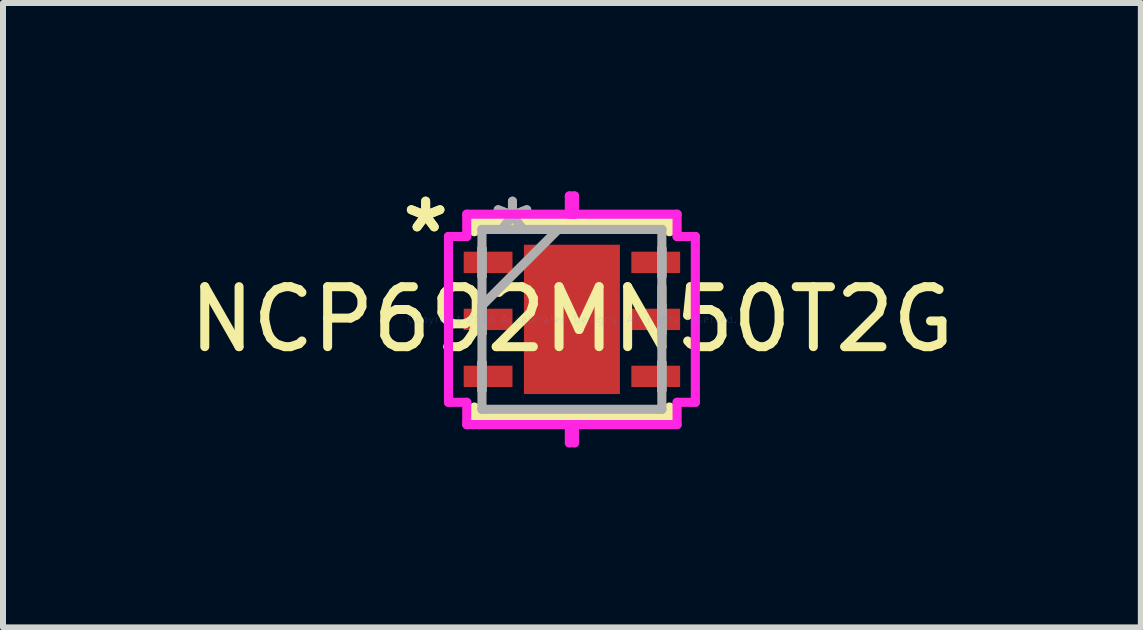
<source format=kicad_pcb>
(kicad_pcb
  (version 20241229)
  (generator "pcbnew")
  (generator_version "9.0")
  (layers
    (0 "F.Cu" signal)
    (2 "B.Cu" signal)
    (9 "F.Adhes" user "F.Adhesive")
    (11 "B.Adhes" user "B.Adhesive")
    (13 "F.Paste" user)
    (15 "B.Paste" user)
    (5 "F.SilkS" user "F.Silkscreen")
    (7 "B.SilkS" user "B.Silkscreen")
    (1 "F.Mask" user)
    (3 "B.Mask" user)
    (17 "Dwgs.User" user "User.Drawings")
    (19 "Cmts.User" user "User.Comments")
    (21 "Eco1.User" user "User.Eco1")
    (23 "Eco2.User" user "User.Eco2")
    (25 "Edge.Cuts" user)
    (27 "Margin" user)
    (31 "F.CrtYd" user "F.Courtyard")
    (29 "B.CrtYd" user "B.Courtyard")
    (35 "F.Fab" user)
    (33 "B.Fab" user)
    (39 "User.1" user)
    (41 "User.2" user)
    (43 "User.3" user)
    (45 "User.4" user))
  (footprint "NCP692MN50T2G"
    (layer "F.Cu")
    (at 6.482 2.273)
    (property "Reference" "NCP692MN50T2G" (at 0 0 0) (layer "F.SilkS") (effects (font (size 1 1) (thickness 0.15))))
    (attr through_hole)
    (fp_line (start -1.626 -1.626) (end -1.626 -1.461) (stroke (width 0.152) (type solid)) (layer "F.SilkS"))
    (fp_line (start -1.626 1.461) (end -1.626 1.626) (stroke (width 0.152) (type solid)) (layer "F.SilkS"))
    (fp_line (start -1.626 1.626) (end 1.626 1.626) (stroke (width 0.152) (type solid)) (layer "F.SilkS"))
    (fp_line (start 1.626 -1.626) (end -1.626 -1.626) (stroke (width 0.152) (type solid)) (layer "F.SilkS"))
    (fp_line (start 1.626 -1.461) (end 1.626 -1.626) (stroke (width 0.152) (type solid)) (layer "F.SilkS"))
    (fp_line (start 1.626 1.626) (end 1.626 1.461) (stroke (width 0.152) (type solid)) (layer "F.SilkS"))
    (fp_line (start -2.057 -1.382) (end -1.753 -1.382) (stroke (width 0.152) (type solid)) (layer "F.CrtYd"))
    (fp_line (start -2.057 1.382) (end -2.057 -1.382) (stroke (width 0.152) (type solid)) (layer "F.CrtYd"))
    (fp_line (start -1.753 -1.753) (end 0.043 -1.753) (stroke (width 0.152) (type solid)) (layer "F.CrtYd"))
    (fp_line (start -1.753 -1.382) (end -1.753 -1.753) (stroke (width 0.152) (type solid)) (layer "F.CrtYd"))
    (fp_line (start -1.753 1.382) (end -2.057 1.382) (stroke (width 0.152) (type solid)) (layer "F.CrtYd"))
    (fp_line (start -1.753 1.753) (end -1.753 1.382) (stroke (width 0.152) (type solid)) (layer "F.CrtYd"))
    (fp_line (start -0.043 -2.057) (end -0.043 -1.753) (stroke (width 0.152) (type solid)) (layer "F.CrtYd"))
    (fp_line (start -0.043 -1.753) (end 1.753 -1.753) (stroke (width 0.152) (type solid)) (layer "F.CrtYd"))
    (fp_line (start -0.043 1.753) (end -0.043 2.057) (stroke (width 0.152) (type solid)) (layer "F.CrtYd"))
    (fp_line (start -0.043 2.057) (end 0.043 2.057) (stroke (width 0.152) (type solid)) (layer "F.CrtYd"))
    (fp_line (start 0.043 -2.057) (end -0.043 -2.057) (stroke (width 0.152) (type solid)) (layer "F.CrtYd"))
    (fp_line (start 0.043 -1.753) (end 0.043 -2.057) (stroke (width 0.152) (type solid)) (layer "F.CrtYd"))
    (fp_line (start 0.043 1.753) (end -1.753 1.753) (stroke (width 0.152) (type solid)) (layer "F.CrtYd"))
    (fp_line (start 0.043 2.057) (end 0.043 1.753) (stroke (width 0.152) (type solid)) (layer "F.CrtYd"))
    (fp_line (start 1.753 -1.753) (end 1.753 -1.382) (stroke (width 0.152) (type solid)) (layer "F.CrtYd"))
    (fp_line (start 1.753 -1.382) (end 2.057 -1.382) (stroke (width 0.152) (type solid)) (layer "F.CrtYd"))
    (fp_line (start 1.753 1.382) (end 1.753 1.753) (stroke (width 0.152) (type solid)) (layer "F.CrtYd"))
    (fp_line (start 1.753 1.753) (end -0.043 1.753) (stroke (width 0.152) (type solid)) (layer "F.CrtYd"))
    (fp_line (start 2.057 -1.382) (end 2.057 1.382) (stroke (width 0.152) (type solid)) (layer "F.CrtYd"))
    (fp_line (start 2.057 1.382) (end 1.753 1.382) (stroke (width 0.152) (type solid)) (layer "F.CrtYd"))
    (fp_line (start -1.499 -1.499) (end -1.499 -1.499) (stroke (width 0.152) (type solid)) (layer "F.Fab"))
    (fp_line (start -1.499 -1.499) (end -1.499 1.499) (stroke (width 0.152) (type solid)) (layer "F.Fab"))
    (fp_line (start -1.499 -1.179) (end -1.499 -1.179) (stroke (width 0.152) (type solid)) (layer "F.Fab"))
    (fp_line (start -1.499 -1.179) (end -1.499 -0.721) (stroke (width 0.152) (type solid)) (layer "F.Fab"))
    (fp_line (start -1.499 -0.721) (end -1.499 -1.179) (stroke (width 0.152) (type solid)) (layer "F.Fab"))
    (fp_line (start -1.499 -0.721) (end -1.499 -0.721) (stroke (width 0.152) (type solid)) (layer "F.Fab"))
    (fp_line (start -1.499 -0.229) (end -1.499 -0.229) (stroke (width 0.152) (type solid)) (layer "F.Fab"))
    (fp_line (start -1.499 -0.229) (end -1.499 0.229) (stroke (width 0.152) (type solid)) (layer "F.Fab"))
    (fp_line (start -1.499 -0.229) (end -0.229 -1.499) (stroke (width 0.152) (type solid)) (layer "F.Fab"))
    (fp_line (start -1.499 0.229) (end -1.499 -0.229) (stroke (width 0.152) (type solid)) (layer "F.Fab"))
    (fp_line (start -1.499 0.229) (end -1.499 0.229) (stroke (width 0.152) (type solid)) (layer "F.Fab"))
    (fp_line (start -1.499 0.721) (end -1.499 0.721) (stroke (width 0.152) (type solid)) (layer "F.Fab"))
    (fp_line (start -1.499 0.721) (end -1.499 1.179) (stroke (width 0.152) (type solid)) (layer "F.Fab"))
    (fp_line (start -1.499 1.179) (end -1.499 0.721) (stroke (width 0.152) (type solid)) (layer "F.Fab"))
    (fp_line (start -1.499 1.179) (end -1.499 1.179) (stroke (width 0.152) (type solid)) (layer "F.Fab"))
    (fp_line (start -1.499 1.499) (end -1.499 1.499) (stroke (width 0.152) (type solid)) (layer "F.Fab"))
    (fp_line (start -1.499 1.499) (end 1.499 1.499) (stroke (width 0.152) (type solid)) (layer "F.Fab"))
    (fp_line (start 1.499 -1.499) (end -1.499 -1.499) (stroke (width 0.152) (type solid)) (layer "F.Fab"))
    (fp_line (start 1.499 -1.499) (end 1.499 -1.499) (stroke (width 0.152) (type solid)) (layer "F.Fab"))
    (fp_line (start 1.499 -1.179) (end 1.499 -1.179) (stroke (width 0.152) (type solid)) (layer "F.Fab"))
    (fp_line (start 1.499 -1.179) (end 1.499 -0.721) (stroke (width 0.152) (type solid)) (layer "F.Fab"))
    (fp_line (start 1.499 -0.721) (end 1.499 -1.179) (stroke (width 0.152) (type solid)) (layer "F.Fab"))
    (fp_line (start 1.499 -0.721) (end 1.499 -0.721) (stroke (width 0.152) (type solid)) (layer "F.Fab"))
    (fp_line (start 1.499 -0.229) (end 1.499 -0.229) (stroke (width 0.152) (type solid)) (layer "F.Fab"))
    (fp_line (start 1.499 -0.229) (end 1.499 0.229) (stroke (width 0.152) (type solid)) (layer "F.Fab"))
    (fp_line (start 1.499 0.229) (end 1.499 -0.229) (stroke (width 0.152) (type solid)) (layer "F.Fab"))
    (fp_line (start 1.499 0.229) (end 1.499 0.229) (stroke (width 0.152) (type solid)) (layer "F.Fab"))
    (fp_line (start 1.499 0.721) (end 1.499 0.721) (stroke (width 0.152) (type solid)) (layer "F.Fab"))
    (fp_line (start 1.499 0.721) (end 1.499 1.179) (stroke (width 0.152) (type solid)) (layer "F.Fab"))
    (fp_line (start 1.499 1.179) (end 1.499 0.721) (stroke (width 0.152) (type solid)) (layer "F.Fab"))
    (fp_line (start 1.499 1.179) (end 1.499 1.179) (stroke (width 0.152) (type solid)) (layer "F.Fab"))
    (fp_line (start 1.499 1.499) (end 1.499 -1.499) (stroke (width 0.152) (type solid)) (layer "F.Fab"))
    (fp_line (start 1.499 1.499) (end 1.499 1.499) (stroke (width 0.152) (type solid)) (layer "F.Fab"))
    (fp_text user "*" (at -2.438 -1.425 0) (layer "F.SilkS") (effects (font (size 1 1) (thickness 0.15))))
    (fp_text user "*" (at -2.438 -1.425 0) (layer "F.SilkS") (effects (font (size 1 1) (thickness 0.15))))
    (fp_text user "Copyright 2016 Accelerated Designs. All rights reserved." (at 0 0 0) (layer "Cmts.User") (effects (font (size 0.127 0.127) (thickness 0.002))))
    (fp_text user "*" (at -0.991 -1.425 0) (layer "F.Fab") (effects (font (size 1 1) (thickness 0.15))))
    (fp_text user "*" (at -0.991 -1.425 0) (layer "F.Fab") (effects (font (size 1 1) (thickness 0.15))))
    (pad "1" smd rect (at -1.397 -0.95 90) (size 0.356 0.813) (layers "F.Cu" "F.Mask" "F.Paste"))
    (pad "2" smd rect (at -1.397 0 90) (size 0.356 0.813) (layers "F.Cu" "F.Mask" "F.Paste"))
    (pad "3" smd rect (at -1.397 0.95 90) (size 0.356 0.813) (layers "F.Cu" "F.Mask" "F.Paste"))
    (pad "4" smd rect (at 1.397 0.95 90) (size 0.356 0.813) (layers "F.Cu" "F.Mask" "F.Paste"))
    (pad "5" smd rect (at 1.397 0 90) (size 0.356 0.813) (layers "F.Cu" "F.Mask" "F.Paste"))
    (pad "6" smd rect (at 1.397 -0.95 90) (size 0.356 0.813) (layers "F.Cu" "F.Mask" "F.Paste"))
    (pad "7" smd rect (at 0 0) (size 1.6 2.489) (layers "F.Cu" "F.Mask" "F.Paste")))
  (gr_rect
    (start -3 -3)
    (end 15.964 7.407)
    (stroke (width 0.1) (type default))
    (fill no)
    (layer "Edge.Cuts")))
</source>
